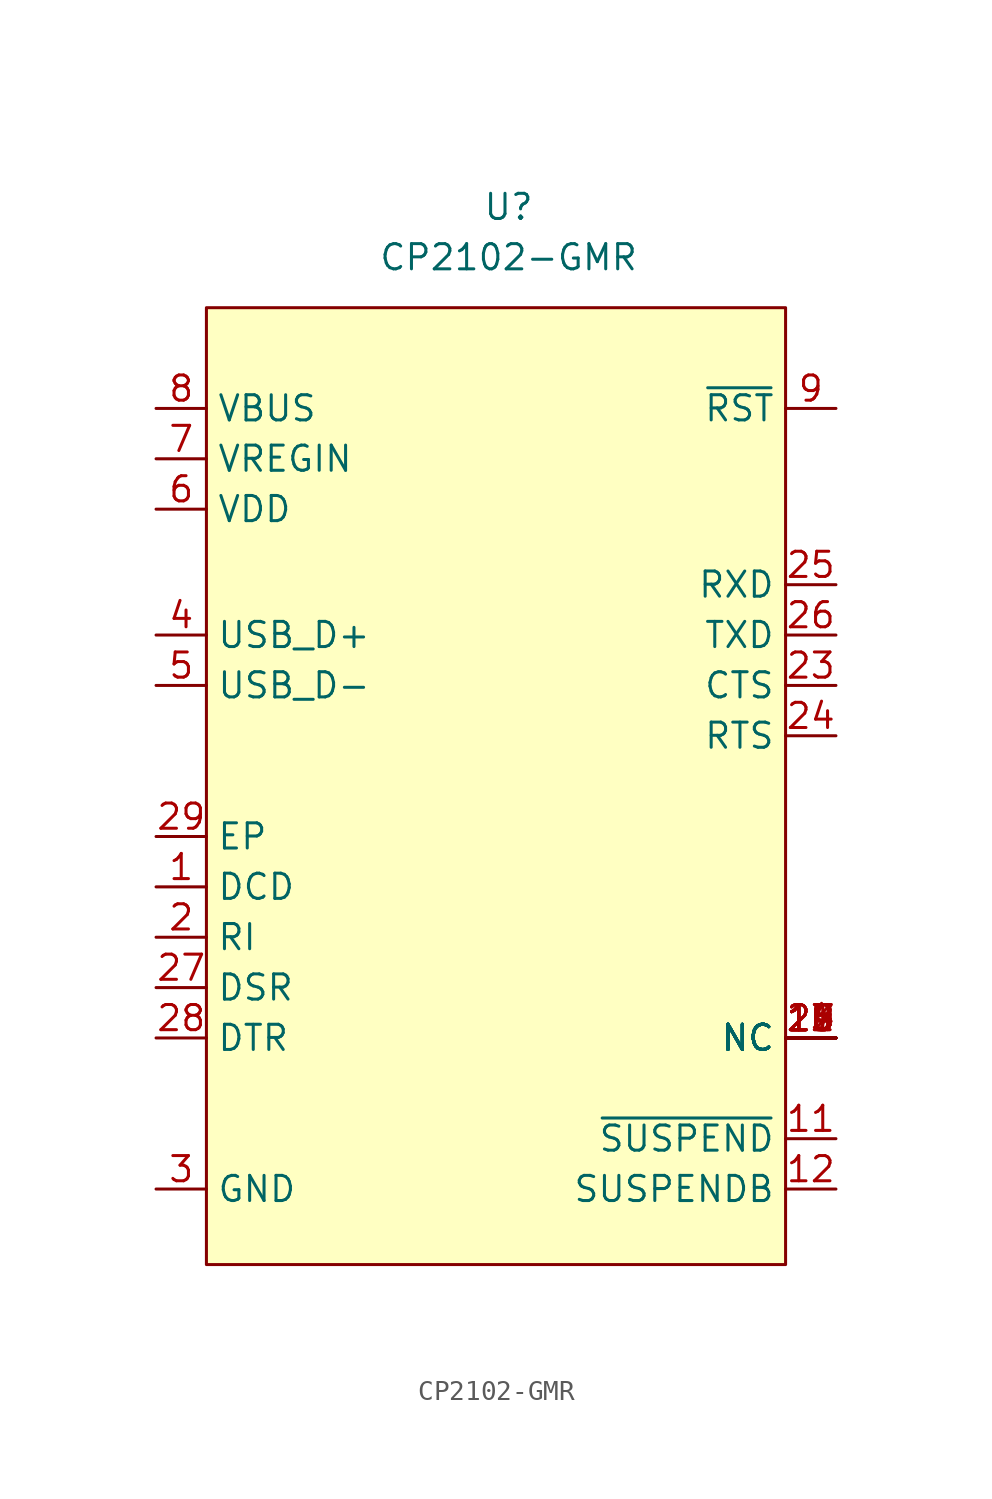
<source format=kicad_sym>
(kicad_symbol_lib
  (version 20211014)
  (generator kicad_symbol_editor)
  (symbol "CP2102-GMR"
    (property "Reference" "U"
      (at 0 24.13 0)
      (effects (font (size 1.27 1.27))))
    (property "Value" "CP2102-GMR"
      (at 0 21.59 0)
      (effects (font (size 1.27 1.27))))
    (symbol "CP2102-GMR_0_1"
      (rectangle (start -15.24 19.05) (end 13.97 -29.21) (stroke (width 0) (type default) (color 0 0 0 0)) (fill (type background))))
    (symbol "CP2102-GMR_1_1"
      (pin input line (at -17.78 -10.16 0) (length 2.54) (name "DCD" (effects (font (size 1.27 1.27)))) (number "1" (effects (font (size 1.27 1.27)))))
      (pin input line (at 16.51 -17.78 180) (length 2.54) (name "NC" (effects (font (size 1.27 1.27)))) (number "10" (effects (font (size 1.27 1.27)))))
      (pin input line (at 16.51 -22.86 180) (length 2.54) (name "~{SUSPEND}" (effects (font (size 1.27 1.27)))) (number "11" (effects (font (size 1.27 1.27)))))
      (pin input line (at 16.51 -25.4 180) (length 2.54) (name "SUSPENDB" (effects (font (size 1.27 1.27)))) (number "12" (effects (font (size 1.27 1.27)))))
      (pin input line (at 16.51 -17.78 180) (length 2.54) (name "NC" (effects (font (size 1.27 1.27)))) (number "13" (effects (font (size 1.27 1.27)))))
      (pin input line (at 16.51 -17.78 180) (length 2.54) (name "NC" (effects (font (size 1.27 1.27)))) (number "14" (effects (font (size 1.27 1.27)))))
      (pin input line (at 16.51 -17.78 180) (length 2.54) (name "NC" (effects (font (size 1.27 1.27)))) (number "15" (effects (font (size 1.27 1.27)))))
      (pin input line (at 16.51 -17.78 180) (length 2.54) (name "NC" (effects (font (size 1.27 1.27)))) (number "16" (effects (font (size 1.27 1.27)))))
      (pin input line (at 16.51 -17.78 180) (length 2.54) (name "NC" (effects (font (size 1.27 1.27)))) (number "17" (effects (font (size 1.27 1.27)))))
      (pin input line (at 16.51 -17.78 180) (length 2.54) (name "NC" (effects (font (size 1.27 1.27)))) (number "18" (effects (font (size 1.27 1.27)))))
      (pin input line (at 16.51 -17.78 180) (length 2.54) (name "NC" (effects (font (size 1.27 1.27)))) (number "19" (effects (font (size 1.27 1.27)))))
      (pin input line (at -17.78 -12.7 0) (length 2.54) (name "RI" (effects (font (size 1.27 1.27)))) (number "2" (effects (font (size 1.27 1.27)))))
      (pin input line (at 16.51 -17.78 180) (length 2.54) (name "NC" (effects (font (size 1.27 1.27)))) (number "20" (effects (font (size 1.27 1.27)))))
      (pin input line (at 16.51 -17.78 180) (length 2.54) (name "NC" (effects (font (size 1.27 1.27)))) (number "21" (effects (font (size 1.27 1.27)))))
      (pin input line (at 16.51 -17.78 180) (length 2.54) (name "NC" (effects (font (size 1.27 1.27)))) (number "22" (effects (font (size 1.27 1.27)))))
      (pin input line (at 16.51 0 180) (length 2.54) (name "CTS" (effects (font (size 1.27 1.27)))) (number "23" (effects (font (size 1.27 1.27)))))
      (pin input line (at 16.51 -2.54 180) (length 2.54) (name "RTS" (effects (font (size 1.27 1.27)))) (number "24" (effects (font (size 1.27 1.27)))))
      (pin input line (at 16.51 5.08 180) (length 2.54) (name "RXD" (effects (font (size 1.27 1.27)))) (number "25" (effects (font (size 1.27 1.27)))))
      (pin input line (at 16.51 2.54 180) (length 2.54) (name "TXD" (effects (font (size 1.27 1.27)))) (number "26" (effects (font (size 1.27 1.27)))))
      (pin input line (at -17.78 -15.24 0) (length 2.54) (name "DSR" (effects (font (size 1.27 1.27)))) (number "27" (effects (font (size 1.27 1.27)))))
      (pin input line (at -17.78 -17.78 0) (length 2.54) (name "DTR" (effects (font (size 1.27 1.27)))) (number "28" (effects (font (size 1.27 1.27)))))
      (pin input line (at -17.78 -7.62 0) (length 2.54) (name "EP" (effects (font (size 1.27 1.27)))) (number "29" (effects (font (size 1.27 1.27)))))
      (pin input line (at -17.78 -25.4 0) (length 2.54) (name "GND" (effects (font (size 1.27 1.27)))) (number "3" (effects (font (size 1.27 1.27)))))
      (pin input line (at -17.78 2.54 0) (length 2.54) (name "USB_D+" (effects (font (size 1.27 1.27)))) (number "4" (effects (font (size 1.27 1.27)))))
      (pin input line (at -17.78 0 0) (length 2.54) (name "USB_D-" (effects (font (size 1.27 1.27)))) (number "5" (effects (font (size 1.27 1.27)))))
      (pin input line (at -17.78 8.89 0) (length 2.54) (name "VDD" (effects (font (size 1.27 1.27)))) (number "6" (effects (font (size 1.27 1.27)))))
      (pin input line (at -17.78 11.43 0) (length 2.54) (name "VREGIN" (effects (font (size 1.27 1.27)))) (number "7" (effects (font (size 1.27 1.27)))))
      (pin input line (at -17.78 13.97 0) (length 2.54) (name "VBUS" (effects (font (size 1.27 1.27)))) (number "8" (effects (font (size 1.27 1.27)))))
      (pin input line (at 16.51 13.97 180) (length 2.54) (name "~{RST}" (effects (font (size 1.27 1.27)))) (number "9" (effects (font (size 1.27 1.27))))))))
</source>
